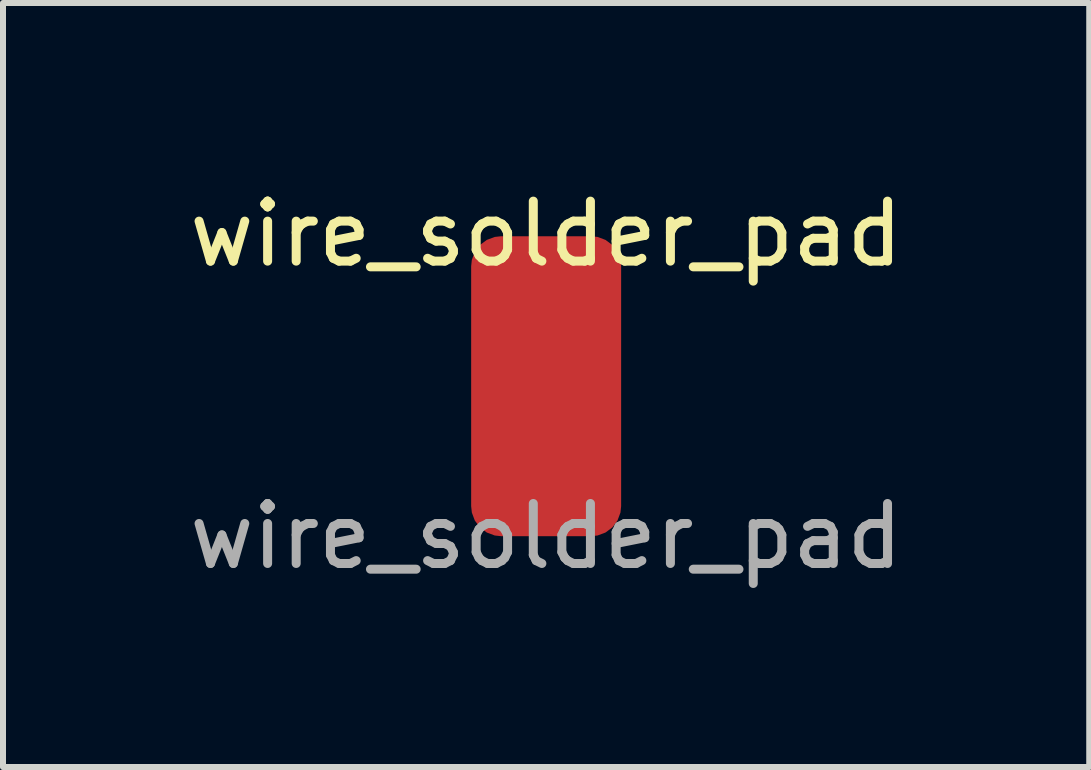
<source format=kicad_pcb>
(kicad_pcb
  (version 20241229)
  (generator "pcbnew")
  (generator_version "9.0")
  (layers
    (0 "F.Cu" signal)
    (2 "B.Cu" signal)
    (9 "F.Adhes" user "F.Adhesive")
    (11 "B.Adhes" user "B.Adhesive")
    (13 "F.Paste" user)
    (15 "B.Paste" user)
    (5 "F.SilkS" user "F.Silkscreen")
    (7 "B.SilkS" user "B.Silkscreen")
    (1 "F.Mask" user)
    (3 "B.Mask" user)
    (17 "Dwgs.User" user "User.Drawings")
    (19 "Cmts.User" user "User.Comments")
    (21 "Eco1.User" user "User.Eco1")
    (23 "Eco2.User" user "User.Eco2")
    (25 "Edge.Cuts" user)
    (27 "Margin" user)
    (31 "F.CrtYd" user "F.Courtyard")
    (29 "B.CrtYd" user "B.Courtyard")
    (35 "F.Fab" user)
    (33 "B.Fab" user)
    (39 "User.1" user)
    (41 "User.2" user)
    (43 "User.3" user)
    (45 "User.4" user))
  (footprint "wire_solder_pad"
    (layer "F.Cu")
    (at 6.054 3.388)
    (property "Reference" "wire_solder_pad" (at 0 -2.54 0) (unlocked yes) (layer "F.SilkS") (effects (font (size 1 1) (thickness 0.15))))
    (attr smd)
    (fp_text user "${REFERENCE}" (at 0 2.5 0) (unlocked yes) (layer "F.Fab") (effects (font (size 1 1) (thickness 0.15))))
    (pad "1" smd roundrect (at 0 0) (size 2.5 5) (layers "F.Cu" "F.Mask") (roundrect_rratio 0.2)))
  (gr_rect
    (start -3 -3)
    (end 15.107 9.736)
    (stroke (width 0.1) (type default))
    (fill no)
    (layer "Edge.Cuts")))
</source>
